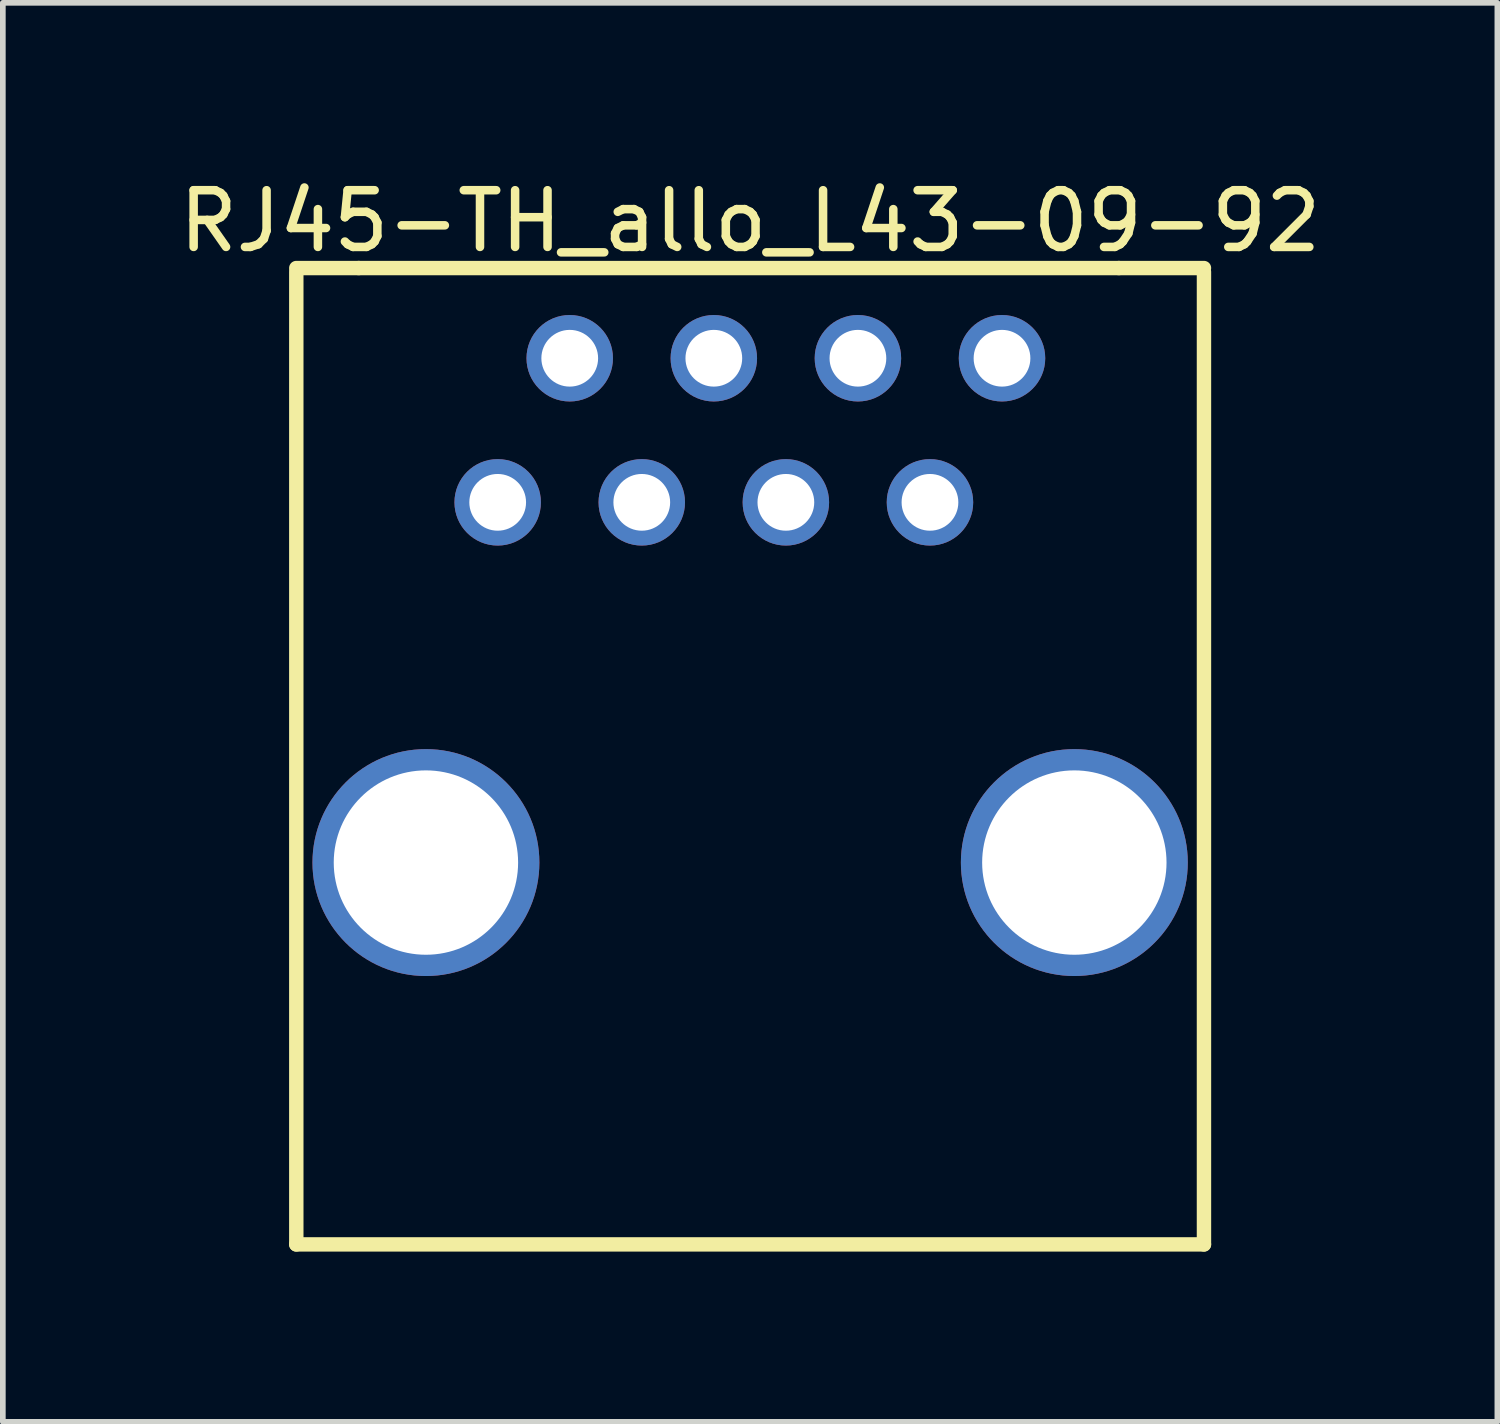
<source format=kicad_pcb>
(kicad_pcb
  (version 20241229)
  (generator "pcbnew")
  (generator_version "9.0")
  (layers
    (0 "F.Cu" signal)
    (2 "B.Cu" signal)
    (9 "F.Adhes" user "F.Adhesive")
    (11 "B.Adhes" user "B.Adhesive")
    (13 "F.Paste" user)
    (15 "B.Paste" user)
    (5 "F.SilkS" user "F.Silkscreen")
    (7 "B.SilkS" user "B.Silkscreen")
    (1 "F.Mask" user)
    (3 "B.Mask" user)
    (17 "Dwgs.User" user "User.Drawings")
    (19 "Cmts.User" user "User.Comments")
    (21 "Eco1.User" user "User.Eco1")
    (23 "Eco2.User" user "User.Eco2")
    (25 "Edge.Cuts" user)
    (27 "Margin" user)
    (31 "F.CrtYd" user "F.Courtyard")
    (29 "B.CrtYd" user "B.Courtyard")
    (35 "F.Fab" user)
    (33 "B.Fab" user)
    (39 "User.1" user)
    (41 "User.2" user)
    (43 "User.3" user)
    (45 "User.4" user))
  (footprint "RJ45-TH_allo_L43-09-92"
    (layer "F.Cu")
    (at 10.173 7.71)
    (property "Reference" "RJ45-TH_allo_L43-09-92" (at 0 -6.862 0) (layer "F.SilkS") (effects (font (size 1 1) (thickness 0.15))))
    (fp_line (start -8 -6.035) (end -6.9 -6.035) (stroke (width 0.254) (type solid)) (layer "F.SilkS"))
    (fp_line (start -8 11.176) (end -8 -5.969) (stroke (width 0.254) (type solid)) (layer "F.SilkS"))
    (fp_line (start -8 11.176) (end 8 11.176) (stroke (width 0.254) (type solid)) (layer "F.SilkS"))
    (fp_line (start -6.9 -6.035) (end 6.5 -6.035) (stroke (width 0.254) (type solid)) (layer "F.SilkS"))
    (fp_line (start 6.5 -6.035) (end 8 -6.035) (stroke (width 0.254) (type solid)) (layer "F.SilkS"))
    (fp_line (start 8 11.176) (end 8 -5.969) (stroke (width 0.254) (type solid)) (layer "F.SilkS"))
    (pad "0" thru_hole circle (at -5.715 4.445 180) (size 4 4) (drill 3.25) (layers "*.Cu" "*.Mask"))
    (pad "0" thru_hole circle (at 5.715 4.445 180) (size 4 4) (drill 3.25) (layers "*.Cu" "*.Mask"))
    (pad "1" thru_hole circle (at -4.45 -1.905 180) (size 1.524 1.524) (drill 1) (layers "*.Cu" "*.Mask"))
    (pad "2" thru_hole circle (at -3.18 -4.445 180) (size 1.524 1.524) (drill 1) (layers "*.Cu" "*.Mask"))
    (pad "3" thru_hole circle (at -1.91 -1.905 180) (size 1.524 1.524) (drill 1) (layers "*.Cu" "*.Mask"))
    (pad "4" thru_hole circle (at -0.64 -4.445 180) (size 1.524 1.524) (drill 1) (layers "*.Cu" "*.Mask"))
    (pad "5" thru_hole circle (at 0.63 -1.905 180) (size 1.524 1.524) (drill 1) (layers "*.Cu" "*.Mask"))
    (pad "6" thru_hole circle (at 1.9 -4.445 180) (size 1.524 1.524) (drill 1) (layers "*.Cu" "*.Mask"))
    (pad "7" thru_hole circle (at 3.17 -1.905 180) (size 1.524 1.524) (drill 1) (layers "*.Cu" "*.Mask"))
    (pad "8" thru_hole circle (at 4.44 -4.445 180) (size 1.524 1.524) (drill 1) (layers "*.Cu" "*.Mask")))
  (gr_rect
    (start -3 -3)
    (end 23.345 22.013)
    (stroke (width 0.1) (type default))
    (fill no)
    (layer "Edge.Cuts")))
</source>
